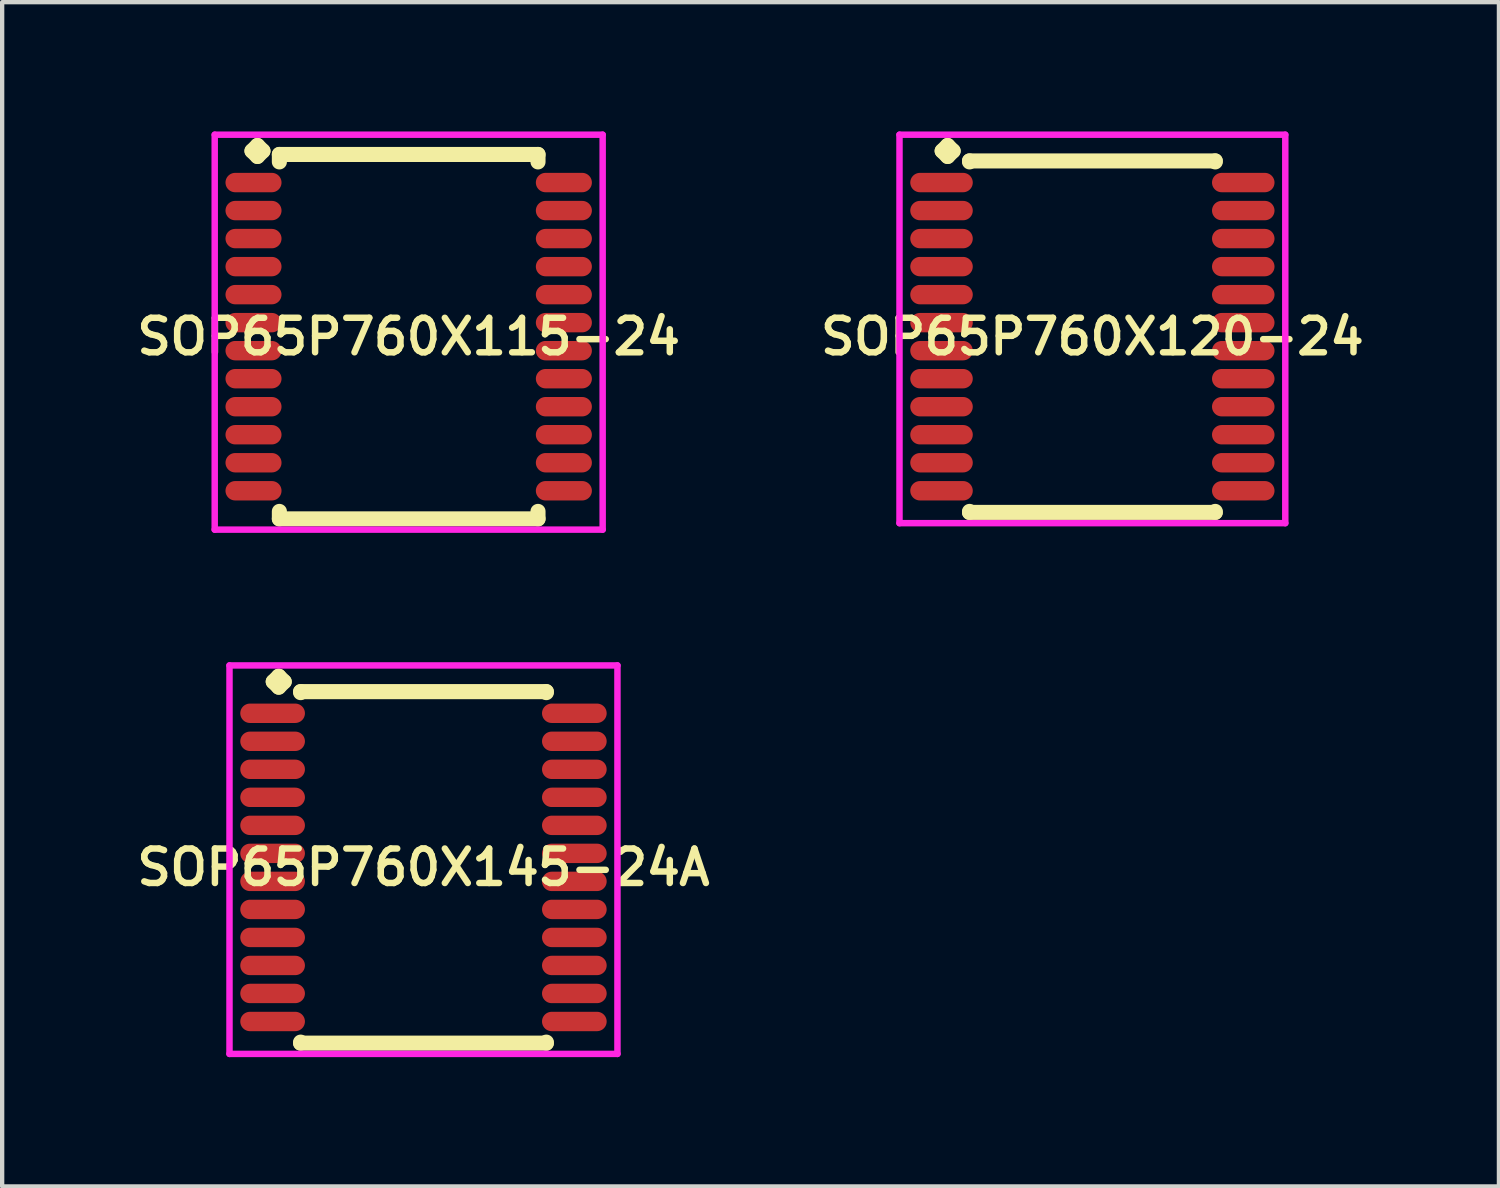
<source format=kicad_pcb>
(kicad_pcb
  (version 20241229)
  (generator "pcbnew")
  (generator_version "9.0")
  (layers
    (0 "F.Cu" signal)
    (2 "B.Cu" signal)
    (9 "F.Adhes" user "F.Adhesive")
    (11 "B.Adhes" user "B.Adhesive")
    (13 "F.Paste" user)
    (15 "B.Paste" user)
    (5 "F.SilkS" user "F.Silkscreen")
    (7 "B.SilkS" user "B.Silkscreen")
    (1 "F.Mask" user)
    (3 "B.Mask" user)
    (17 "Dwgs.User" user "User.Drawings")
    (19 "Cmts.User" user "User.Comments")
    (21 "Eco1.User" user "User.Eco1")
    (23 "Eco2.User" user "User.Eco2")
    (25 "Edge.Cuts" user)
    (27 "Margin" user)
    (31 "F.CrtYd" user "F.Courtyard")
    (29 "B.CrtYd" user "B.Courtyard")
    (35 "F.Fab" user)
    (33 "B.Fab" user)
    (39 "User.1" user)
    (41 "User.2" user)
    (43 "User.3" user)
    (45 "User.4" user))
  (footprint "SOP65P760X120-24"
    (layer "F.Cu")
    (at 22.292 4.76)
    (property "Reference" "SOP65P760X120-24" (at 0 0 0) (layer "F.SilkS") (effects (font (size 0.8 0.8) (thickness 0.15))))
    (attr smd)
    (fp_line (start -3.485 -4.308) (end -3.358 -4.435) (stroke (width 0.35) (type solid)) (layer "F.SilkS"))
    (fp_line (start -3.358 -4.435) (end -3.231 -4.308) (stroke (width 0.35) (type solid)) (layer "F.SilkS"))
    (fp_line (start -3.358 -4.181) (end -3.485 -4.308) (stroke (width 0.35) (type solid)) (layer "F.SilkS"))
    (fp_line (start -3.231 -4.308) (end -3.358 -4.181) (stroke (width 0.35) (type solid)) (layer "F.SilkS"))
    (fp_line (start -2.85 -4.077) (end 2.85 -4.077) (stroke (width 0.35) (type solid)) (layer "F.SilkS"))
    (fp_line (start -2.85 -4.054) (end -2.85 -4.077) (stroke (width 0.35) (type solid)) (layer "F.SilkS"))
    (fp_line (start -2.85 4.054) (end -2.85 4.077) (stroke (width 0.35) (type solid)) (layer "F.SilkS"))
    (fp_line (start -2.85 4.077) (end 2.85 4.077) (stroke (width 0.35) (type solid)) (layer "F.SilkS"))
    (fp_line (start 2.85 -4.077) (end 2.85 -4.054) (stroke (width 0.35) (type solid)) (layer "F.SilkS"))
    (fp_line (start 2.85 4.077) (end 2.85 4.054) (stroke (width 0.35) (type solid)) (layer "F.SilkS"))
    (fp_line (start -4.475 -4.685) (end 4.475 -4.685) (stroke (width 0.15) (type solid)) (layer "F.CrtYd"))
    (fp_line (start -4.475 4.327) (end -4.475 -4.685) (stroke (width 0.15) (type solid)) (layer "F.CrtYd"))
    (fp_line (start 4.475 -4.685) (end 4.475 4.327) (stroke (width 0.15) (type solid)) (layer "F.CrtYd"))
    (fp_line (start 4.475 4.327) (end -4.475 4.327) (stroke (width 0.15) (type solid)) (layer "F.CrtYd"))
    (pad "1" smd oval (at -3.5 -3.575) (size 1.45 0.45) (layers "F.Cu" "F.Mask" "F.Paste"))
    (pad "2" smd oval (at -3.5 -2.925) (size 1.45 0.45) (layers "F.Cu" "F.Mask" "F.Paste"))
    (pad "3" smd oval (at -3.5 -2.275) (size 1.45 0.45) (layers "F.Cu" "F.Mask" "F.Paste"))
    (pad "4" smd oval (at -3.5 -1.625) (size 1.45 0.45) (layers "F.Cu" "F.Mask" "F.Paste"))
    (pad "5" smd oval (at -3.5 -0.975) (size 1.45 0.45) (layers "F.Cu" "F.Mask" "F.Paste"))
    (pad "6" smd oval (at -3.5 -0.325) (size 1.45 0.45) (layers "F.Cu" "F.Mask" "F.Paste"))
    (pad "7" smd oval (at -3.5 0.325) (size 1.45 0.45) (layers "F.Cu" "F.Mask" "F.Paste"))
    (pad "8" smd oval (at -3.5 0.975) (size 1.45 0.45) (layers "F.Cu" "F.Mask" "F.Paste"))
    (pad "9" smd oval (at -3.5 1.625) (size 1.45 0.45) (layers "F.Cu" "F.Mask" "F.Paste"))
    (pad "10" smd oval (at -3.5 2.275) (size 1.45 0.45) (layers "F.Cu" "F.Mask" "F.Paste"))
    (pad "11" smd oval (at -3.5 2.925) (size 1.45 0.45) (layers "F.Cu" "F.Mask" "F.Paste"))
    (pad "12" smd oval (at -3.5 3.575) (size 1.45 0.45) (layers "F.Cu" "F.Mask" "F.Paste"))
    (pad "13" smd oval (at 3.5 3.575) (size 1.45 0.45) (layers "F.Cu" "F.Mask" "F.Paste"))
    (pad "14" smd oval (at 3.5 2.925) (size 1.45 0.45) (layers "F.Cu" "F.Mask" "F.Paste"))
    (pad "15" smd oval (at 3.5 2.275) (size 1.45 0.45) (layers "F.Cu" "F.Mask" "F.Paste"))
    (pad "16" smd oval (at 3.5 1.625) (size 1.45 0.45) (layers "F.Cu" "F.Mask" "F.Paste"))
    (pad "17" smd oval (at 3.5 0.975) (size 1.45 0.45) (layers "F.Cu" "F.Mask" "F.Paste"))
    (pad "18" smd oval (at 3.5 0.325) (size 1.45 0.45) (layers "F.Cu" "F.Mask" "F.Paste"))
    (pad "19" smd oval (at 3.5 -0.325) (size 1.45 0.45) (layers "F.Cu" "F.Mask" "F.Paste"))
    (pad "20" smd oval (at 3.5 -0.975) (size 1.45 0.45) (layers "F.Cu" "F.Mask" "F.Paste"))
    (pad "21" smd oval (at 3.5 -1.625) (size 1.45 0.45) (layers "F.Cu" "F.Mask" "F.Paste"))
    (pad "22" smd oval (at 3.5 -2.275) (size 1.45 0.45) (layers "F.Cu" "F.Mask" "F.Paste"))
    (pad "23" smd oval (at 3.5 -2.925) (size 1.45 0.45) (layers "F.Cu" "F.Mask" "F.Paste"))
    (pad "24" smd oval (at 3.5 -3.575) (size 1.45 0.45) (layers "F.Cu" "F.Mask" "F.Paste")))
  (footprint "SOP65P760X115-24"
    (layer "F.Cu")
    (at 6.431 4.76)
    (property "Reference" "SOP65P760X115-24" (at 0 0 0) (layer "F.SilkS") (effects (font (size 0.8 0.8) (thickness 0.15))))
    (attr smd)
    (fp_line (start -3.635 -4.308) (end -3.508 -4.435) (stroke (width 0.35) (type solid)) (layer "F.SilkS"))
    (fp_line (start -3.508 -4.435) (end -3.381 -4.308) (stroke (width 0.35) (type solid)) (layer "F.SilkS"))
    (fp_line (start -3.508 -4.181) (end -3.635 -4.308) (stroke (width 0.35) (type solid)) (layer "F.SilkS"))
    (fp_line (start -3.381 -4.308) (end -3.508 -4.181) (stroke (width 0.35) (type solid)) (layer "F.SilkS"))
    (fp_line (start -3 -4.227) (end 3 -4.227) (stroke (width 0.35) (type solid)) (layer "F.SilkS"))
    (fp_line (start -3 -4.054) (end -3 -4.227) (stroke (width 0.35) (type solid)) (layer "F.SilkS"))
    (fp_line (start -3 4.054) (end -3 4.227) (stroke (width 0.35) (type solid)) (layer "F.SilkS"))
    (fp_line (start -3 4.227) (end 3 4.227) (stroke (width 0.35) (type solid)) (layer "F.SilkS"))
    (fp_line (start 3 -4.227) (end 3 -4.054) (stroke (width 0.35) (type solid)) (layer "F.SilkS"))
    (fp_line (start 3 4.227) (end 3 4.054) (stroke (width 0.35) (type solid)) (layer "F.SilkS"))
    (fp_line (start -4.5 -4.685) (end 4.5 -4.685) (stroke (width 0.15) (type solid)) (layer "F.CrtYd"))
    (fp_line (start -4.5 4.477) (end -4.5 -4.685) (stroke (width 0.15) (type solid)) (layer "F.CrtYd"))
    (fp_line (start 4.5 -4.685) (end 4.5 4.477) (stroke (width 0.15) (type solid)) (layer "F.CrtYd"))
    (fp_line (start 4.5 4.477) (end -4.5 4.477) (stroke (width 0.15) (type solid)) (layer "F.CrtYd"))
    (pad "1" smd oval (at -3.6 -3.575) (size 1.3 0.45) (layers "F.Cu" "F.Mask" "F.Paste"))
    (pad "2" smd oval (at -3.6 -2.925) (size 1.3 0.45) (layers "F.Cu" "F.Mask" "F.Paste"))
    (pad "3" smd oval (at -3.6 -2.275) (size 1.3 0.45) (layers "F.Cu" "F.Mask" "F.Paste"))
    (pad "4" smd oval (at -3.6 -1.625) (size 1.3 0.45) (layers "F.Cu" "F.Mask" "F.Paste"))
    (pad "5" smd oval (at -3.6 -0.975) (size 1.3 0.45) (layers "F.Cu" "F.Mask" "F.Paste"))
    (pad "6" smd oval (at -3.6 -0.325) (size 1.3 0.45) (layers "F.Cu" "F.Mask" "F.Paste"))
    (pad "7" smd oval (at -3.6 0.325) (size 1.3 0.45) (layers "F.Cu" "F.Mask" "F.Paste"))
    (pad "8" smd oval (at -3.6 0.975) (size 1.3 0.45) (layers "F.Cu" "F.Mask" "F.Paste"))
    (pad "9" smd oval (at -3.6 1.625) (size 1.3 0.45) (layers "F.Cu" "F.Mask" "F.Paste"))
    (pad "10" smd oval (at -3.6 2.275) (size 1.3 0.45) (layers "F.Cu" "F.Mask" "F.Paste"))
    (pad "11" smd oval (at -3.6 2.925) (size 1.3 0.45) (layers "F.Cu" "F.Mask" "F.Paste"))
    (pad "12" smd oval (at -3.6 3.575) (size 1.3 0.45) (layers "F.Cu" "F.Mask" "F.Paste"))
    (pad "13" smd oval (at 3.6 3.575) (size 1.3 0.45) (layers "F.Cu" "F.Mask" "F.Paste"))
    (pad "14" smd oval (at 3.6 2.925) (size 1.3 0.45) (layers "F.Cu" "F.Mask" "F.Paste"))
    (pad "15" smd oval (at 3.6 2.275) (size 1.3 0.45) (layers "F.Cu" "F.Mask" "F.Paste"))
    (pad "16" smd oval (at 3.6 1.625) (size 1.3 0.45) (layers "F.Cu" "F.Mask" "F.Paste"))
    (pad "17" smd oval (at 3.6 0.975) (size 1.3 0.45) (layers "F.Cu" "F.Mask" "F.Paste"))
    (pad "18" smd oval (at 3.6 0.325) (size 1.3 0.45) (layers "F.Cu" "F.Mask" "F.Paste"))
    (pad "19" smd oval (at 3.6 -0.325) (size 1.3 0.45) (layers "F.Cu" "F.Mask" "F.Paste"))
    (pad "20" smd oval (at 3.6 -0.975) (size 1.3 0.45) (layers "F.Cu" "F.Mask" "F.Paste"))
    (pad "21" smd oval (at 3.6 -1.625) (size 1.3 0.45) (layers "F.Cu" "F.Mask" "F.Paste"))
    (pad "22" smd oval (at 3.6 -2.275) (size 1.3 0.45) (layers "F.Cu" "F.Mask" "F.Paste"))
    (pad "23" smd oval (at 3.6 -2.925) (size 1.3 0.45) (layers "F.Cu" "F.Mask" "F.Paste"))
    (pad "24" smd oval (at 3.6 -3.575) (size 1.3 0.45) (layers "F.Cu" "F.Mask" "F.Paste")))
  (footprint "SOP65P760X145-24A"
    (layer "F.Cu")
    (at 6.774 17.072)
    (property "Reference" "SOP65P760X145-24A" (at 0 0 0) (layer "F.SilkS") (effects (font (size 0.8 0.8) (thickness 0.15))))
    (attr smd)
    (fp_line (start -3.485 -4.308) (end -3.358 -4.435) (stroke (width 0.35) (type solid)) (layer "F.SilkS"))
    (fp_line (start -3.358 -4.435) (end -3.231 -4.308) (stroke (width 0.35) (type solid)) (layer "F.SilkS"))
    (fp_line (start -3.358 -4.181) (end -3.485 -4.308) (stroke (width 0.35) (type solid)) (layer "F.SilkS"))
    (fp_line (start -3.231 -4.308) (end -3.358 -4.181) (stroke (width 0.35) (type solid)) (layer "F.SilkS"))
    (fp_line (start -2.85 -4.077) (end 2.85 -4.077) (stroke (width 0.35) (type solid)) (layer "F.SilkS"))
    (fp_line (start -2.85 -4.054) (end -2.85 -4.077) (stroke (width 0.35) (type solid)) (layer "F.SilkS"))
    (fp_line (start -2.85 4.054) (end -2.85 4.077) (stroke (width 0.35) (type solid)) (layer "F.SilkS"))
    (fp_line (start -2.85 4.077) (end 2.85 4.077) (stroke (width 0.35) (type solid)) (layer "F.SilkS"))
    (fp_line (start 2.85 -4.077) (end 2.85 -4.054) (stroke (width 0.35) (type solid)) (layer "F.SilkS"))
    (fp_line (start 2.85 4.077) (end 2.85 4.054) (stroke (width 0.35) (type solid)) (layer "F.SilkS"))
    (fp_line (start -4.5 -4.685) (end 4.5 -4.685) (stroke (width 0.15) (type solid)) (layer "F.CrtYd"))
    (fp_line (start -4.5 4.327) (end -4.5 -4.685) (stroke (width 0.15) (type solid)) (layer "F.CrtYd"))
    (fp_line (start 4.5 -4.685) (end 4.5 4.327) (stroke (width 0.15) (type solid)) (layer "F.CrtYd"))
    (fp_line (start 4.5 4.327) (end -4.5 4.327) (stroke (width 0.15) (type solid)) (layer "F.CrtYd"))
    (pad "1" smd oval (at -3.5 -3.575) (size 1.5 0.45) (layers "F.Cu" "F.Mask" "F.Paste"))
    (pad "2" smd oval (at -3.5 -2.925) (size 1.5 0.45) (layers "F.Cu" "F.Mask" "F.Paste"))
    (pad "3" smd oval (at -3.5 -2.275) (size 1.5 0.45) (layers "F.Cu" "F.Mask" "F.Paste"))
    (pad "4" smd oval (at -3.5 -1.625) (size 1.5 0.45) (layers "F.Cu" "F.Mask" "F.Paste"))
    (pad "5" smd oval (at -3.5 -0.975) (size 1.5 0.45) (layers "F.Cu" "F.Mask" "F.Paste"))
    (pad "6" smd oval (at -3.5 -0.325) (size 1.5 0.45) (layers "F.Cu" "F.Mask" "F.Paste"))
    (pad "7" smd oval (at -3.5 0.325) (size 1.5 0.45) (layers "F.Cu" "F.Mask" "F.Paste"))
    (pad "8" smd oval (at -3.5 0.975) (size 1.5 0.45) (layers "F.Cu" "F.Mask" "F.Paste"))
    (pad "9" smd oval (at -3.5 1.625) (size 1.5 0.45) (layers "F.Cu" "F.Mask" "F.Paste"))
    (pad "10" smd oval (at -3.5 2.275) (size 1.5 0.45) (layers "F.Cu" "F.Mask" "F.Paste"))
    (pad "11" smd oval (at -3.5 2.925) (size 1.5 0.45) (layers "F.Cu" "F.Mask" "F.Paste"))
    (pad "12" smd oval (at -3.5 3.575) (size 1.5 0.45) (layers "F.Cu" "F.Mask" "F.Paste"))
    (pad "13" smd oval (at 3.5 3.575) (size 1.5 0.45) (layers "F.Cu" "F.Mask" "F.Paste"))
    (pad "14" smd oval (at 3.5 2.925) (size 1.5 0.45) (layers "F.Cu" "F.Mask" "F.Paste"))
    (pad "15" smd oval (at 3.5 2.275) (size 1.5 0.45) (layers "F.Cu" "F.Mask" "F.Paste"))
    (pad "16" smd oval (at 3.5 1.625) (size 1.5 0.45) (layers "F.Cu" "F.Mask" "F.Paste"))
    (pad "17" smd oval (at 3.5 0.975) (size 1.5 0.45) (layers "F.Cu" "F.Mask" "F.Paste"))
    (pad "18" smd oval (at 3.5 0.325) (size 1.5 0.45) (layers "F.Cu" "F.Mask" "F.Paste"))
    (pad "19" smd oval (at 3.5 -0.325) (size 1.5 0.45) (layers "F.Cu" "F.Mask" "F.Paste"))
    (pad "20" smd oval (at 3.5 -0.975) (size 1.5 0.45) (layers "F.Cu" "F.Mask" "F.Paste"))
    (pad "21" smd oval (at 3.5 -1.625) (size 1.5 0.45) (layers "F.Cu" "F.Mask" "F.Paste"))
    (pad "22" smd oval (at 3.5 -2.275) (size 1.5 0.45) (layers "F.Cu" "F.Mask" "F.Paste"))
    (pad "23" smd oval (at 3.5 -2.925) (size 1.5 0.45) (layers "F.Cu" "F.Mask" "F.Paste"))
    (pad "24" smd oval (at 3.5 -3.575) (size 1.5 0.45) (layers "F.Cu" "F.Mask" "F.Paste")))
  (gr_rect
    (start -3 -3)
    (end 31.723 24.474)
    (stroke (width 0.1) (type default))
    (fill no)
    (layer "Edge.Cuts")))
</source>
